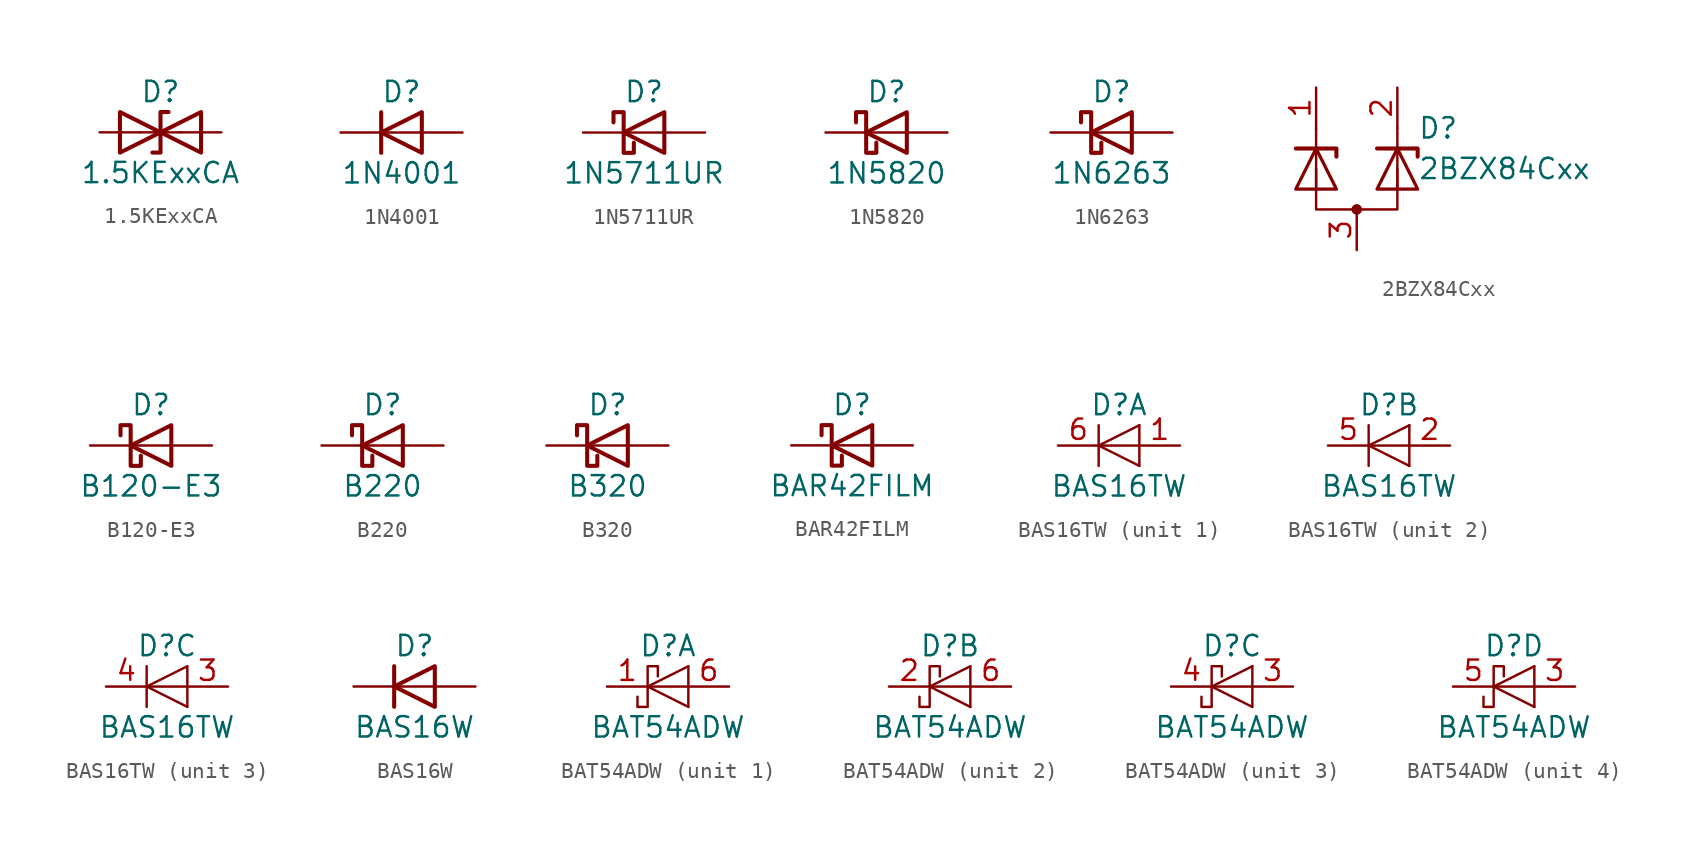
<source format=kicad_sym>
(kicad_symbol_lib
  (version 20241209)
  (generator "kicad_symbol_editor")
  (generator_version "9.0")
  (symbol "1.5KExxCA"
    (pin_numbers hide)
    (pin_names
      (offset 1.016) hide)
    (property "Reference" "D"
      (at 0 2.54 0)
      (effects (font (size 1.27 1.27))))
    (property "Value" "1.5KExxCA"
      (at 0 -2.54 0)
      (effects (font (size 1.27 1.27))))
    (symbol "1.5KExxCA_0_1"
      (polyline (pts (xy -2.54 -1.27) (xy 0 0) (xy -2.54 1.27) (xy -2.54 -1.27)) (stroke (width 0.254) (type default)) (fill (type none)))
      (polyline (pts (xy 0.508 1.27) (xy 0 1.27) (xy 0 -1.27) (xy -0.508 -1.27)) (stroke (width 0.254) (type default)) (fill (type none)))
      (polyline (pts (xy 1.27 0) (xy -1.27 0)) (stroke (width 0) (type default)) (fill (type none)))
      (polyline (pts (xy 2.54 1.27) (xy 2.54 -1.27) (xy 0 0) (xy 2.54 1.27)) (stroke (width 0.254) (type default)) (fill (type none))))
    (symbol "1.5KExxCA_1_1"
      (pin passive line (at -3.81 0 0) (length 2.54) (name "A1" (effects (font (size 1.27 1.27)))) (number "1" (effects (font (size 1.27 1.27)))))
      (pin passive line (at 3.81 0 180) (length 2.54) (name "A2" (effects (font (size 1.27 1.27)))) (number "2" (effects (font (size 1.27 1.27)))))))
  (symbol "1N4001"
    (pin_numbers hide)
    (pin_names hide)
    (property "Reference" "D"
      (at 0 2.54 0)
      (effects (font (size 1.27 1.27))))
    (property "Value" "1N4001"
      (at 0 -2.54 0)
      (effects (font (size 1.27 1.27))))
    (symbol "1N4001_0_1"
      (polyline (pts (xy -1.27 1.27) (xy -1.27 -1.27)) (stroke (width 0.254) (type default)) (fill (type none)))
      (polyline (pts (xy 1.27 1.27) (xy 1.27 -1.27) (xy -1.27 0) (xy 1.27 1.27)) (stroke (width 0.254) (type default)) (fill (type none)))
      (polyline (pts (xy 1.27 0) (xy -1.27 0)) (stroke (width 0) (type default)) (fill (type none))))
    (symbol "1N4001_1_1"
      (pin passive line (at -3.81 0 0) (length 2.54) (name "K" (effects (font (size 1.27 1.27)))) (number "1" (effects (font (size 1.27 1.27)))))
      (pin passive line (at 3.81 0 180) (length 2.54) (name "A" (effects (font (size 1.27 1.27)))) (number "2" (effects (font (size 1.27 1.27)))))))
  (symbol "1N5711UR"
    (pin_numbers hide)
    (pin_names
      (offset 1.016) hide)
    (property "Reference" "D"
      (at 0 2.54 0)
      (effects (font (size 1.27 1.27))))
    (property "Value" "1N5711UR"
      (at 0 -2.54 0)
      (effects (font (size 1.27 1.27))))
    (symbol "1N5711UR_0_1"
      (polyline (pts (xy -1.905 0.635) (xy -1.905 1.27) (xy -1.27 1.27) (xy -1.27 -1.27) (xy -0.635 -1.27) (xy -0.635 -0.635)) (stroke (width 0.254) (type default)) (fill (type none)))
      (polyline (pts (xy 1.27 1.27) (xy 1.27 -1.27) (xy -1.27 0) (xy 1.27 1.27)) (stroke (width 0.254) (type default)) (fill (type none)))
      (polyline (pts (xy 1.27 0) (xy -1.27 0)) (stroke (width 0) (type default)) (fill (type none))))
    (symbol "1N5711UR_1_1"
      (pin passive line (at -3.81 0 0) (length 2.54) (name "K" (effects (font (size 1.27 1.27)))) (number "1" (effects (font (size 1.27 1.27)))))
      (pin passive line (at 3.81 0 180) (length 2.54) (name "A" (effects (font (size 1.27 1.27)))) (number "2" (effects (font (size 1.27 1.27)))))))
  (symbol "1N5820"
    (pin_numbers hide)
    (pin_names
      (offset 1.016) hide)
    (property "Reference" "D"
      (at 0 2.54 0)
      (effects (font (size 1.27 1.27))))
    (property "Value" "1N5820"
      (at 0 -2.54 0)
      (effects (font (size 1.27 1.27))))
    (symbol "1N5820_0_1"
      (polyline (pts (xy -1.905 0.635) (xy -1.905 1.27) (xy -1.27 1.27) (xy -1.27 -1.27) (xy -0.635 -1.27) (xy -0.635 -0.635)) (stroke (width 0.254) (type default)) (fill (type none)))
      (polyline (pts (xy 1.27 1.27) (xy 1.27 -1.27) (xy -1.27 0) (xy 1.27 1.27)) (stroke (width 0.254) (type default)) (fill (type none)))
      (polyline (pts (xy 1.27 0) (xy -1.27 0)) (stroke (width 0) (type default)) (fill (type none))))
    (symbol "1N5820_1_1"
      (pin passive line (at -3.81 0 0) (length 2.54) (name "K" (effects (font (size 1.27 1.27)))) (number "1" (effects (font (size 1.27 1.27)))))
      (pin passive line (at 3.81 0 180) (length 2.54) (name "A" (effects (font (size 1.27 1.27)))) (number "2" (effects (font (size 1.27 1.27)))))))
  (symbol "1N6263"
    (pin_numbers hide)
    (pin_names
      (offset 1.016) hide)
    (property "Reference" "D"
      (at 0 2.54 0)
      (effects (font (size 1.27 1.27))))
    (property "Value" "1N6263"
      (at 0 -2.54 0)
      (effects (font (size 1.27 1.27))))
    (symbol "1N6263_0_1"
      (polyline (pts (xy -1.905 0.635) (xy -1.905 1.27) (xy -1.27 1.27) (xy -1.27 -1.27) (xy -0.635 -1.27) (xy -0.635 -0.635)) (stroke (width 0.254) (type default)) (fill (type none)))
      (polyline (pts (xy 1.27 1.27) (xy 1.27 -1.27) (xy -1.27 0) (xy 1.27 1.27)) (stroke (width 0.254) (type default)) (fill (type none)))
      (polyline (pts (xy 1.27 0) (xy -1.27 0)) (stroke (width 0) (type default)) (fill (type none))))
    (symbol "1N6263_1_1"
      (pin passive line (at -3.81 0 0) (length 2.54) (name "K" (effects (font (size 1.27 1.27)))) (number "1" (effects (font (size 1.27 1.27)))))
      (pin passive line (at 3.81 0 180) (length 2.54) (name "A" (effects (font (size 1.27 1.27)))) (number "2" (effects (font (size 1.27 1.27)))))))
  (symbol "2BZX84Cxx"
    (pin_names
      (offset 1.016) hide)
    (property "Reference" "D"
      (at 3.81 2.54 0)
      (effects (font (size 1.27 1.27)) (justify left)))
    (property "Value" "2BZX84Cxx"
      (at 3.81 0 0)
      (effects (font (size 1.27 1.27)) (justify left)))
    (symbol "2BZX84Cxx_0_1"
      (polyline (pts (xy -3.81 1.27) (xy -1.27 1.27) (xy -1.27 0.762)) (stroke (width 0.254) (type default)) (fill (type none)))
      (polyline (pts (xy -2.54 0) (xy -2.54 -2.54) (xy 2.54 -2.54) (xy 2.54 0)) (stroke (width 0) (type default)) (fill (type none)))
      (polyline (pts (xy -2.54 -1.27) (xy -2.54 2.54)) (stroke (width 0) (type default)) (fill (type none)))
      (circle (center 0 -2.54) (radius 0.254) (stroke (width 0) (type default)) (fill (type outline)))
      (polyline (pts (xy 1.27 1.27) (xy 3.81 1.27) (xy 3.81 0.762)) (stroke (width 0.254) (type default)) (fill (type none)))
      (polyline (pts (xy 2.54 -1.27) (xy 2.54 2.54)) (stroke (width 0) (type default)) (fill (type none))))
    (symbol "2BZX84Cxx_1_1"
      (polyline (pts (xy -3.81 -1.27) (xy -1.27 -1.27) (xy -2.54 1.27) (xy -3.81 -1.27)) (stroke (width 0.203) (type default)) (fill (type none)))
      (polyline (pts (xy 1.27 -1.27) (xy 3.81 -1.27) (xy 2.54 1.27) (xy 1.27 -1.27)) (stroke (width 0.203) (type default)) (fill (type none)))
      (pin passive line (at -2.54 5.08 270) (length 2.54) (name "K" (effects (font (size 1.27 1.27)))) (number "1" (effects (font (size 1.27 1.27)))))
      (pin passive line (at 0 -5.08 90) (length 2.54) (name "A" (effects (font (size 1.27 1.27)))) (number "3" (effects (font (size 1.27 1.27)))))
      (pin passive line (at 2.54 5.08 270) (length 2.54) (name "K" (effects (font (size 1.27 1.27)))) (number "2" (effects (font (size 1.27 1.27)))))))
  (symbol "B120-E3"
    (pin_numbers hide)
    (pin_names hide)
    (property "Reference" "D"
      (at 0 2.54 0)
      (effects (font (size 1.27 1.27))))
    (property "Value" "B120-E3"
      (at 0 -2.54 0)
      (effects (font (size 1.27 1.27))))
    (symbol "B120-E3_0_1"
      (polyline (pts (xy -1.905 0.635) (xy -1.905 1.27) (xy -1.27 1.27) (xy -1.27 -1.27) (xy -0.635 -1.27) (xy -0.635 -0.635)) (stroke (width 0.254) (type default)) (fill (type none)))
      (polyline (pts (xy 1.27 1.27) (xy 1.27 -1.27) (xy -1.27 0) (xy 1.27 1.27)) (stroke (width 0.254) (type default)) (fill (type none)))
      (polyline (pts (xy 1.27 0) (xy -1.27 0)) (stroke (width 0) (type default)) (fill (type none))))
    (symbol "B120-E3_1_1"
      (pin passive line (at -3.81 0 0) (length 2.54) (name "K" (effects (font (size 1.27 1.27)))) (number "1" (effects (font (size 1.27 1.27)))))
      (pin passive line (at 3.81 0 180) (length 2.54) (name "A" (effects (font (size 1.27 1.27)))) (number "2" (effects (font (size 1.27 1.27)))))))
  (symbol "B220"
    (pin_numbers hide)
    (pin_names
      (offset 1.016) hide)
    (property "Reference" "D"
      (at 0 2.54 0)
      (effects (font (size 1.27 1.27))))
    (property "Value" "B220"
      (at 0 -2.54 0)
      (effects (font (size 1.27 1.27))))
    (symbol "B220_0_1"
      (polyline (pts (xy -1.905 0.635) (xy -1.905 1.27) (xy -1.27 1.27) (xy -1.27 -1.27) (xy -0.635 -1.27) (xy -0.635 -0.635)) (stroke (width 0.254) (type default)) (fill (type none)))
      (polyline (pts (xy 1.27 1.27) (xy 1.27 -1.27) (xy -1.27 0) (xy 1.27 1.27)) (stroke (width 0.254) (type default)) (fill (type none)))
      (polyline (pts (xy 1.27 0) (xy -1.27 0)) (stroke (width 0) (type default)) (fill (type none))))
    (symbol "B220_1_1"
      (pin passive line (at -3.81 0 0) (length 2.54) (name "K" (effects (font (size 1.27 1.27)))) (number "1" (effects (font (size 1.27 1.27)))))
      (pin passive line (at 3.81 0 180) (length 2.54) (name "A" (effects (font (size 1.27 1.27)))) (number "2" (effects (font (size 1.27 1.27)))))))
  (symbol "B320"
    (pin_numbers hide)
    (pin_names
      (offset 1.016) hide)
    (property "Reference" "D"
      (at 0 2.54 0)
      (effects (font (size 1.27 1.27))))
    (property "Value" "B320"
      (at 0 -2.54 0)
      (effects (font (size 1.27 1.27))))
    (symbol "B320_0_1"
      (polyline (pts (xy -1.905 0.635) (xy -1.905 1.27) (xy -1.27 1.27) (xy -1.27 -1.27) (xy -0.635 -1.27) (xy -0.635 -0.635)) (stroke (width 0.254) (type default)) (fill (type none)))
      (polyline (pts (xy 1.27 1.27) (xy 1.27 -1.27) (xy -1.27 0) (xy 1.27 1.27)) (stroke (width 0.254) (type default)) (fill (type none)))
      (polyline (pts (xy 1.27 0) (xy -1.27 0)) (stroke (width 0) (type default)) (fill (type none))))
    (symbol "B320_1_1"
      (pin passive line (at -3.81 0 0) (length 2.54) (name "K" (effects (font (size 1.27 1.27)))) (number "1" (effects (font (size 1.27 1.27)))))
      (pin passive line (at 3.81 0 180) (length 2.54) (name "A" (effects (font (size 1.27 1.27)))) (number "2" (effects (font (size 1.27 1.27)))))))
  (symbol "BAR42FILM"
    (pin_numbers hide)
    (pin_names
      (offset 1.016) hide)
    (property "Reference" "D"
      (at 0 2.54 0)
      (effects (font (size 1.27 1.27))))
    (property "Value" "BAR42FILM"
      (at 0 -2.54 0)
      (effects (font (size 1.27 1.27))))
    (symbol "BAR42FILM_0_1"
      (polyline (pts (xy -1.905 0.635) (xy -1.905 1.27) (xy -1.27 1.27) (xy -1.27 -1.27) (xy -0.635 -1.27) (xy -0.635 -0.635)) (stroke (width 0.254) (type default)) (fill (type none)))
      (polyline (pts (xy 1.27 1.27) (xy 1.27 -1.27) (xy -1.27 0) (xy 1.27 1.27)) (stroke (width 0.254) (type default)) (fill (type none)))
      (polyline (pts (xy 1.27 0) (xy -1.27 0)) (stroke (width 0) (type default)) (fill (type none))))
    (symbol "BAR42FILM_1_1"
      (pin passive line (at -3.81 0 0) (length 2.54) (name "K" (effects (font (size 1.27 1.27)))) (number "3" (effects (font (size 1.27 1.27)))))
      (pin no_connect line (at 1.27 1.27 270) (length 2.54) hide (name "NC" (effects (font (size 1.27 1.27)))) (number "2" (effects (font (size 1.27 1.27)))))
      (pin passive line (at 3.81 0 180) (length 2.54) (name "A" (effects (font (size 1.27 1.27)))) (number "1" (effects (font (size 1.27 1.27)))))))
  (symbol "BAS16TW"
    (pin_names
      (offset 1.016) hide)
    (property "Reference" "D"
      (at 0 2.54 0)
      (effects (font (size 1.27 1.27))))
    (property "Value" "BAS16TW"
      (at 0 -2.54 0)
      (effects (font (size 1.27 1.27))))
    (symbol "BAS16TW_0_1"
      (polyline (pts (xy -1.27 1.27) (xy -1.27 -1.27)) (stroke (width 0.152) (type default)) (fill (type none)))
      (polyline (pts (xy 1.27 1.27) (xy 1.27 -1.27)) (stroke (width 0) (type default)) (fill (type none)))
      (polyline (pts (xy 1.27 1.27) (xy -1.27 0) (xy 1.27 -1.27)) (stroke (width 0) (type default)) (fill (type none)))
      (polyline (pts (xy 1.27 0) (xy -1.27 0)) (stroke (width 0) (type default)) (fill (type none))))
    (symbol "BAS16TW_1_1"
      (pin passive line (at -3.81 0 0) (length 2.54) (name "K" (effects (font (size 1.27 1.27)))) (number "6" (effects (font (size 1.27 1.27)))))
      (pin passive line (at 3.81 0 180) (length 2.54) (name "A" (effects (font (size 1.27 1.27)))) (number "1" (effects (font (size 1.27 1.27))))))
    (symbol "BAS16TW_2_1"
      (pin passive line (at -3.81 0 0) (length 2.54) (name "K" (effects (font (size 1.27 1.27)))) (number "5" (effects (font (size 1.27 1.27)))))
      (pin passive line (at 3.81 0 180) (length 2.54) (name "A" (effects (font (size 1.27 1.27)))) (number "2" (effects (font (size 1.27 1.27))))))
    (symbol "BAS16TW_3_1"
      (pin passive line (at -3.81 0 0) (length 2.54) (name "K" (effects (font (size 1.27 1.27)))) (number "4" (effects (font (size 1.27 1.27)))))
      (pin passive line (at 3.81 0 180) (length 2.54) (name "A" (effects (font (size 1.27 1.27)))) (number "3" (effects (font (size 1.27 1.27)))))))
  (symbol "BAS16W"
    (pin_numbers hide)
    (pin_names hide)
    (property "Reference" "D"
      (at 0 2.54 0)
      (effects (font (size 1.27 1.27))))
    (property "Value" "BAS16W"
      (at 0 -2.54 0)
      (effects (font (size 1.27 1.27))))
    (symbol "BAS16W_0_1"
      (polyline (pts (xy -1.27 1.27) (xy -1.27 -1.27)) (stroke (width 0.254) (type default)) (fill (type none)))
      (polyline (pts (xy 1.27 1.27) (xy 1.27 -1.27) (xy -1.27 0) (xy 1.27 1.27)) (stroke (width 0.254) (type default)) (fill (type none)))
      (polyline (pts (xy 1.27 0) (xy -1.27 0)) (stroke (width 0) (type default)) (fill (type none))))
    (symbol "BAS16W_1_1"
      (pin passive line (at -3.81 0 0) (length 2.54) (name "K" (effects (font (size 1.27 1.27)))) (number "3" (effects (font (size 1.27 1.27)))))
      (pin no_connect line (at -1.27 0 0) (length 2.54) hide (name "NC" (effects (font (size 1.27 1.27)))) (number "2" (effects (font (size 1.27 1.27)))))
      (pin passive line (at 3.81 0 180) (length 2.54) (name "A" (effects (font (size 1.27 1.27)))) (number "1" (effects (font (size 1.27 1.27)))))))
  (symbol "BAT54ADW"
    (pin_names
      (offset 1.016) hide)
    (property "Reference" "D"
      (at 0 2.54 0)
      (effects (font (size 1.27 1.27))))
    (property "Value" "BAT54ADW"
      (at 0 -2.54 0)
      (effects (font (size 1.27 1.27))))
    (symbol "BAT54ADW_0_1"
      (polyline (pts (xy -0.635 0.635) (xy -0.635 1.27) (xy -1.27 1.27) (xy -1.27 -1.27) (xy -1.905 -1.27) (xy -1.905 -0.635)) (stroke (width 0) (type default)) (fill (type none)))
      (polyline (pts (xy 1.27 1.27) (xy -1.27 0) (xy 1.27 -1.27)) (stroke (width 0) (type default)) (fill (type none)))
      (polyline (pts (xy 1.27 0) (xy -1.27 0)) (stroke (width 0) (type default)) (fill (type none)))
      (polyline (pts (xy 1.27 -1.27) (xy 1.27 1.27)) (stroke (width 0) (type default)) (fill (type none))))
    (symbol "BAT54ADW_1_1"
      (pin passive line (at -3.81 0 0) (length 2.54) (name "K" (effects (font (size 1.27 1.27)))) (number "1" (effects (font (size 1.27 1.27)))))
      (pin passive line (at 3.81 0 180) (length 2.54) (name "A" (effects (font (size 1.27 1.27)))) (number "6" (effects (font (size 1.27 1.27))))))
    (symbol "BAT54ADW_2_1"
      (pin passive line (at -3.81 0 0) (length 2.54) (name "K" (effects (font (size 1.27 1.27)))) (number "2" (effects (font (size 1.27 1.27)))))
      (pin passive line (at 3.81 0 180) (length 2.54) (name "A" (effects (font (size 1.27 1.27)))) (number "6" (effects (font (size 1.27 1.27))))))
    (symbol "BAT54ADW_3_1"
      (pin passive line (at -3.81 0 0) (length 2.54) (name "K" (effects (font (size 1.27 1.27)))) (number "4" (effects (font (size 1.27 1.27)))))
      (pin passive line (at 3.81 0 180) (length 2.54) (name "A" (effects (font (size 1.27 1.27)))) (number "3" (effects (font (size 1.27 1.27))))))
    (symbol "BAT54ADW_4_1"
      (pin passive line (at -3.81 0 0) (length 2.54) (name "K" (effects (font (size 1.27 1.27)))) (number "5" (effects (font (size 1.27 1.27)))))
      (pin passive line (at 3.81 0 180) (length 2.54) (name "A" (effects (font (size 1.27 1.27)))) (number "3" (effects (font (size 1.27 1.27))))))))
</source>
